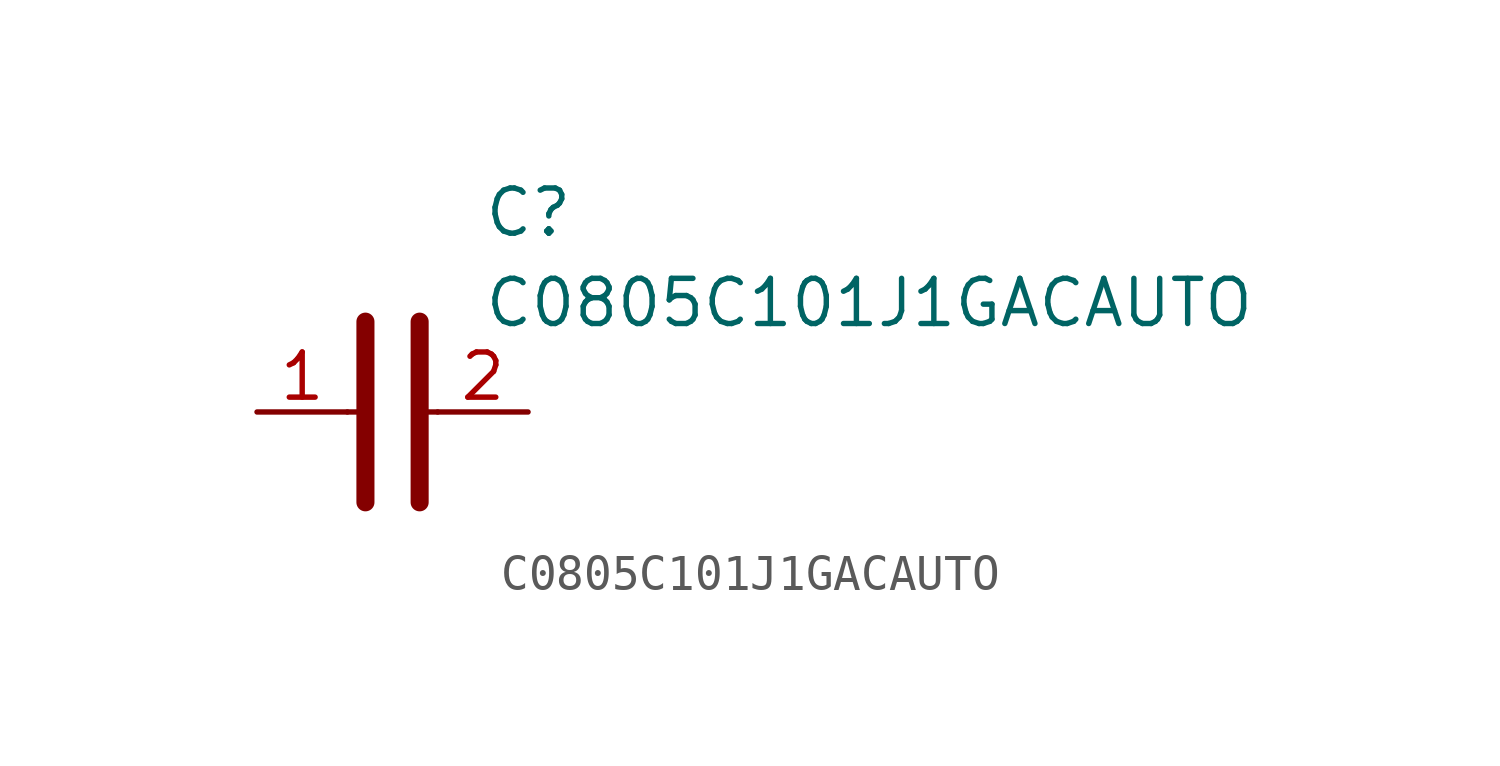
<source format=kicad_sym>
(kicad_symbol_lib
  (version 20231120)
  (generator "kicad_symbol_editor")
  (generator_version "8.0")
  (symbol "C0805C101J1GACAUTO"
    (pin_names hide)
    (property "Reference" "C"
      (at 8.89 6.35 0)
      (effects (font (size 1.27 1.27)) (justify left top)))
    (property "Value" "C0805C101J1GACAUTO"
      (at 8.89 3.81 0)
      (effects (font (size 1.27 1.27)) (justify left top)))
    (symbol "C0805C101J1GACAUTO_1_1"
      (polyline (pts (xy 5.08 0) (xy 5.588 0)) (stroke (width 0.152) (type default)) (fill (type none)))
      (polyline (pts (xy 5.588 2.54) (xy 5.588 -2.54)) (stroke (width 0.508) (type default)) (fill (type none)))
      (polyline (pts (xy 7.112 0) (xy 7.62 0)) (stroke (width 0.152) (type default)) (fill (type none)))
      (polyline (pts (xy 7.112 2.54) (xy 7.112 -2.54)) (stroke (width 0.508) (type default)) (fill (type none)))
      (pin passive line (at 2.54 0 0) (length 2.54) (name "1" (effects (font (size 1.27 1.27)))) (number "1" (effects (font (size 1.27 1.27)))))
      (pin passive line (at 10.16 0 180) (length 2.54) (name "2" (effects (font (size 1.27 1.27)))) (number "2" (effects (font (size 1.27 1.27))))))))
</source>
